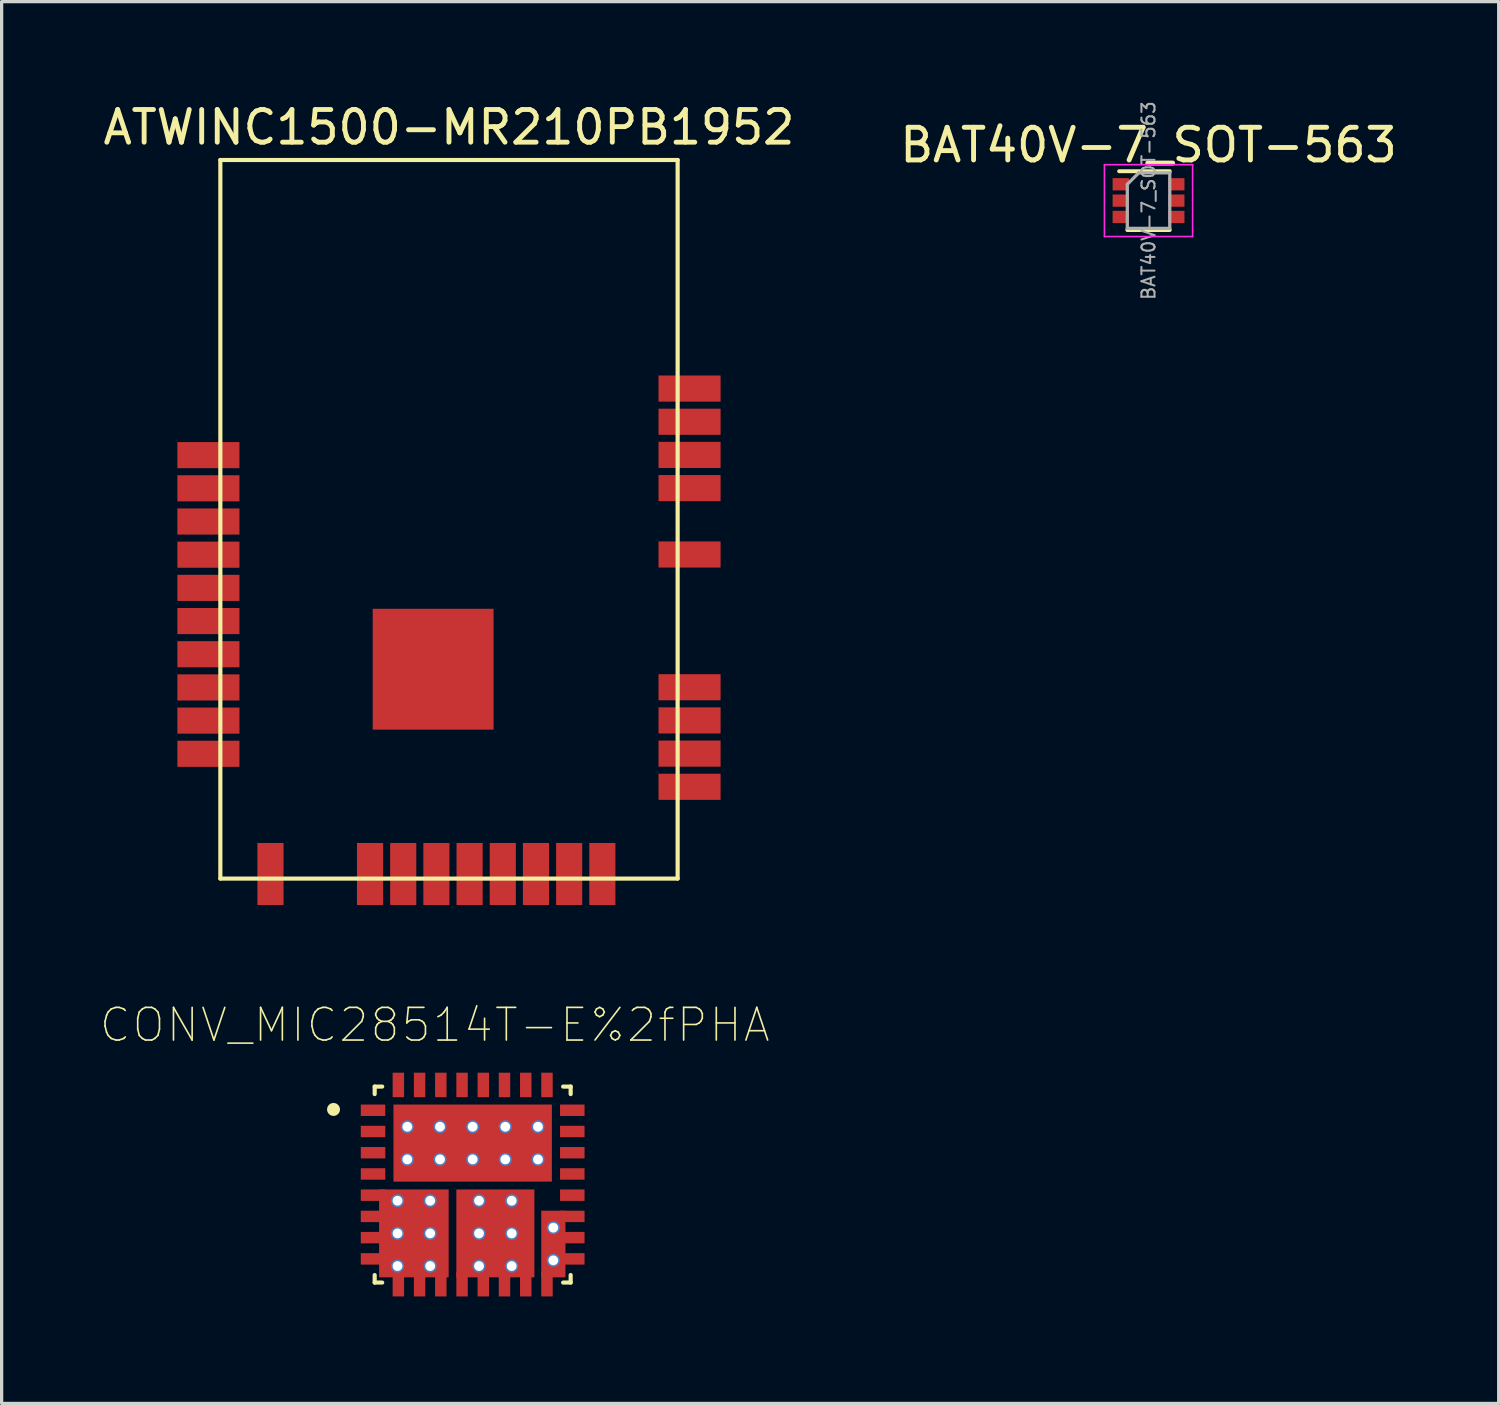
<source format=kicad_pcb>
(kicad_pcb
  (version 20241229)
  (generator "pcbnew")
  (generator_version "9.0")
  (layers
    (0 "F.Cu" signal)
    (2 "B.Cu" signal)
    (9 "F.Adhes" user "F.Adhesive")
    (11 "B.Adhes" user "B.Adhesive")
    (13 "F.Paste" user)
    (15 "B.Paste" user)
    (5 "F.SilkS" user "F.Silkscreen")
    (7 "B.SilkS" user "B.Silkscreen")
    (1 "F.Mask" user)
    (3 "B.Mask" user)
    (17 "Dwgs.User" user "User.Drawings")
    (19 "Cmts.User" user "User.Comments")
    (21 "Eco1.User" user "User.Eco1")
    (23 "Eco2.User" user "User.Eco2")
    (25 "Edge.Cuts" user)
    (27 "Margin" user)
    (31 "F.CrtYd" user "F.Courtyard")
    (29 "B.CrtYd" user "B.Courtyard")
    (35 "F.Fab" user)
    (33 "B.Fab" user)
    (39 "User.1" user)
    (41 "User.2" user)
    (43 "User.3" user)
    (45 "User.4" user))
  (footprint "ATWINC1500-MR210PB1952"
    (layer "F.Cu")
    (at 10.696 12.848)
    (property "Reference" "ATWINC1500-MR210PB1952" (at 0 -12 0) (layer "F.SilkS") (effects (font (size 1 1) (thickness 0.15))))
    (attr through_hole)
    (fp_line (start -7 -11) (end 7 -11) (stroke (width 0.127) (type solid)) (layer "F.SilkS"))
    (fp_line (start -7 11) (end -7 -11) (stroke (width 0.127) (type solid)) (layer "F.SilkS"))
    (fp_line (start 7 -11) (end 7 11) (stroke (width 0.127) (type solid)) (layer "F.SilkS"))
    (fp_line (start 7 11) (end -7 11) (stroke (width 0.127) (type solid)) (layer "F.SilkS"))
    (pad "1" smd rect (at 7.365 8.19) (size 1.9 0.8) (layers "F.Cu" "F.Mask" "F.Paste"))
    (pad "2" smd rect (at 7.365 7.174) (size 1.9 0.8) (layers "F.Cu" "F.Mask" "F.Paste"))
    (pad "3" smd rect (at 7.365 6.158) (size 1.9 0.8) (layers "F.Cu" "F.Mask" "F.Paste"))
    (pad "4" smd rect (at 7.365 5.142) (size 1.9 0.8) (layers "F.Cu" "F.Mask" "F.Paste"))
    (pad "5" smd rect (at 7.365 1.078) (size 1.9 0.8) (layers "F.Cu" "F.Mask" "F.Paste"))
    (pad "6" smd rect (at 7.365 -0.954) (size 1.9 0.8) (layers "F.Cu" "F.Mask" "F.Paste"))
    (pad "7" smd rect (at 7.365 -1.97) (size 1.9 0.8) (layers "F.Cu" "F.Mask" "F.Paste"))
    (pad "8" smd rect (at 7.365 -2.986) (size 1.9 0.8) (layers "F.Cu" "F.Mask" "F.Paste"))
    (pad "9" smd rect (at 7.365 -4.002) (size 1.9 0.8) (layers "F.Cu" "F.Mask" "F.Paste"))
    (pad "10" smd rect (at -7.365 -1.964) (size 1.9 0.8) (layers "F.Cu" "F.Mask" "F.Paste"))
    (pad "11" smd rect (at -7.365 -0.948) (size 1.9 0.8) (layers "F.Cu" "F.Mask" "F.Paste"))
    (pad "12" smd rect (at -7.365 0.068) (size 1.9 0.8) (layers "F.Cu" "F.Mask" "F.Paste"))
    (pad "13" smd rect (at -7.365 1.084) (size 1.9 0.8) (layers "F.Cu" "F.Mask" "F.Paste"))
    (pad "14" smd rect (at -7.365 2.1) (size 1.9 0.8) (layers "F.Cu" "F.Mask" "F.Paste"))
    (pad "15" smd rect (at -7.365 3.116) (size 1.9 0.8) (layers "F.Cu" "F.Mask" "F.Paste"))
    (pad "16" smd rect (at -7.365 4.132) (size 1.9 0.8) (layers "F.Cu" "F.Mask" "F.Paste"))
    (pad "17" smd rect (at -7.365 5.148) (size 1.9 0.8) (layers "F.Cu" "F.Mask" "F.Paste"))
    (pad "18" smd rect (at -7.365 6.164) (size 1.9 0.8) (layers "F.Cu" "F.Mask" "F.Paste"))
    (pad "19" smd rect (at -7.365 7.18) (size 1.9 0.8) (layers "F.Cu" "F.Mask" "F.Paste"))
    (pad "20" smd rect (at -5.465 10.86) (size 0.8 1.9) (layers "F.Cu" "F.Mask" "F.Paste"))
    (pad "21" smd rect (at -2.417 10.86) (size 0.8 1.9) (layers "F.Cu" "F.Mask" "F.Paste"))
    (pad "22" smd rect (at -1.401 10.86) (size 0.8 1.9) (layers "F.Cu" "F.Mask" "F.Paste"))
    (pad "23" smd rect (at -0.385 10.86) (size 0.8 1.9) (layers "F.Cu" "F.Mask" "F.Paste"))
    (pad "24" smd rect (at 0.631 10.86) (size 0.8 1.9) (layers "F.Cu" "F.Mask" "F.Paste"))
    (pad "25" smd rect (at 1.647 10.86) (size 0.8 1.9) (layers "F.Cu" "F.Mask" "F.Paste"))
    (pad "26" smd rect (at 2.663 10.86) (size 0.8 1.9) (layers "F.Cu" "F.Mask" "F.Paste"))
    (pad "27" smd rect (at 3.679 10.86) (size 0.8 1.9) (layers "F.Cu" "F.Mask" "F.Paste"))
    (pad "28" smd rect (at 4.695 10.86) (size 0.8 1.9) (layers "F.Cu" "F.Mask" "F.Paste"))
    (pad "29" smd rect (at -0.485 4.59) (size 3.7 3.7) (layers "F.Cu" "F.Mask" "F.Paste")))
  (footprint "BAT40V-7_SOT-563"
    (layer "F.Cu")
    (at 32.113 3.092)
    (property "Reference" "BAT40V-7_SOT-563" (at 0 -1.7 0) (layer "F.SilkS") (effects (font (size 1 1) (thickness 0.15))))
    (attr smd)
    (fp_line (start -0.9 -0.9) (end 0.65 -0.9) (stroke (width 0.12) (type solid)) (layer "F.SilkS"))
    (fp_line (start 0.65 0.9) (end -0.65 0.9) (stroke (width 0.12) (type solid)) (layer "F.SilkS"))
    (fp_line (start -1.35 -1.1) (end -1.35 1.1) (stroke (width 0.05) (type solid)) (layer "F.CrtYd"))
    (fp_line (start -1.35 -1.1) (end 1.35 -1.1) (stroke (width 0.05) (type solid)) (layer "F.CrtYd"))
    (fp_line (start 1.35 1.1) (end -1.35 1.1) (stroke (width 0.05) (type solid)) (layer "F.CrtYd"))
    (fp_line (start 1.35 1.1) (end 1.35 -1.1) (stroke (width 0.05) (type solid)) (layer "F.CrtYd"))
    (fp_line (start -0.65 -0.5) (end -0.65 0.85) (stroke (width 0.1) (type solid)) (layer "F.Fab"))
    (fp_line (start -0.65 -0.5) (end -0.3 -0.85) (stroke (width 0.1) (type solid)) (layer "F.Fab"))
    (fp_line (start -0.65 0.85) (end 0.65 0.85) (stroke (width 0.1) (type solid)) (layer "F.Fab"))
    (fp_line (start 0.65 -0.85) (end -0.3 -0.85) (stroke (width 0.1) (type solid)) (layer "F.Fab"))
    (fp_line (start 0.65 0.85) (end 0.65 -0.85) (stroke (width 0.1) (type solid)) (layer "F.Fab"))
    (fp_text user "${REFERENCE}" (at 0 0 90) (layer "F.Fab") (effects (font (size 0.4 0.4) (thickness 0.062))))
    (pad "1" smd rect (at -0.85 -0.5) (size 0.5 0.375) (layers "F.Cu" "F.Mask" "F.Paste"))
    (pad "2" smd rect (at -0.85 0) (size 0.5 0.375) (layers "F.Cu" "F.Mask" "F.Paste"))
    (pad "3" smd rect (at -0.85 0.5) (size 0.5 0.375) (layers "F.Cu" "F.Mask" "F.Paste"))
    (pad "4" smd rect (at 0.85 0.5) (size 0.5 0.375) (layers "F.Cu" "F.Mask" "F.Paste"))
    (pad "5" smd rect (at 0.85 0) (size 0.5 0.375) (layers "F.Cu" "F.Mask" "F.Paste"))
    (pad "6" smd rect (at 0.85 -0.5) (size 0.5 0.375) (layers "F.Cu" "F.Mask" "F.Paste")))
  (footprint "CONV_MIC28514T-E%2fPHA"
    (layer "F.Cu")
    (at 11.421 33.216)
    (property "Reference" "CONV_MIC28514T-E%2fPHA" (at -1.16 -4.885 0) (layer "F.SilkS") (effects (font (size 1 1) (thickness 0.05))))
    (attr smd)
    (fp_line (start -3 -3) (end -3 -2.77) (stroke (width 0.127) (type solid)) (layer "F.SilkS"))
    (fp_line (start -3 -3) (end -2.77 -3) (stroke (width 0.127) (type solid)) (layer "F.SilkS"))
    (fp_line (start -3 3) (end -3 2.77) (stroke (width 0.127) (type solid)) (layer "F.SilkS"))
    (fp_line (start -3 3) (end -2.77 3) (stroke (width 0.127) (type solid)) (layer "F.SilkS"))
    (fp_line (start 3 -3) (end 2.77 -3) (stroke (width 0.127) (type solid)) (layer "F.SilkS"))
    (fp_line (start 3 -3) (end 3 -2.77) (stroke (width 0.127) (type solid)) (layer "F.SilkS"))
    (fp_line (start 3 3) (end 2.77 3) (stroke (width 0.127) (type solid)) (layer "F.SilkS"))
    (fp_line (start 3 3) (end 3 2.77) (stroke (width 0.127) (type solid)) (layer "F.SilkS"))
    (fp_circle (center -4.26 -2.3) (end -4.16 -2.3) (stroke (width 0.2) (type solid)) (fill no) (layer "F.SilkS"))
    (fp_poly (pts (xy -2.553 0.544) (xy -1.047 0.544) (xy -1.047 2.446) (xy -2.553 2.446)) (stroke (width 0) (type solid)) (fill yes) (layer "F.Paste"))
    (fp_poly (pts (xy -1.715 -2.105) (xy 1.715 -2.105) (xy 1.715 -0.435) (xy -1.715 -0.435)) (stroke (width 0) (type solid)) (fill yes) (layer "F.Paste"))
    (fp_poly (pts (xy -0.15 0.544) (xy 1.54 0.544) (xy 1.54 2.446) (xy -0.15 2.446)) (stroke (width 0) (type solid)) (fill yes) (layer "F.Paste"))
    (fp_poly (pts (xy 2.209 1.099) (xy 2.731 1.099) (xy 2.731 2.541) (xy 2.209 2.541)) (stroke (width 0) (type solid)) (fill yes) (layer "F.Paste"))
    (fp_line (start -3.675 -3.675) (end -3.675 3.675) (stroke (width 0.05) (type solid)) (layer "Eco1.User"))
    (fp_line (start -3.675 3.675) (end 3.675 3.675) (stroke (width 0.05) (type solid)) (layer "Eco1.User"))
    (fp_line (start 3.675 -3.675) (end -3.675 -3.675) (stroke (width 0.05) (type solid)) (layer "Eco1.User"))
    (fp_line (start 3.675 3.675) (end 3.675 -3.675) (stroke (width 0.05) (type solid)) (layer "Eco1.User"))
    (fp_line (start -3 -3) (end -3 3) (stroke (width 0.127) (type solid)) (layer "Eco2.User"))
    (fp_line (start -3 3) (end 3 3) (stroke (width 0.127) (type solid)) (layer "Eco2.User"))
    (fp_line (start 3 -3) (end -3 -3) (stroke (width 0.127) (type solid)) (layer "Eco2.User"))
    (fp_line (start 3 3) (end 3 -3) (stroke (width 0.127) (type solid)) (layer "Eco2.User"))
    (fp_circle (center -4.26 -2.3) (end -4.16 -2.3) (stroke (width 0.2) (type solid)) (fill no) (layer "Eco2.User"))
    (pad "1" smd rect (at -3.05 -2.275) (size 0.75 0.35) (layers "F.Cu" "F.Mask" "F.Paste"))
    (pad "2" smd rect (at -3.05 -1.625) (size 0.75 0.35) (layers "F.Cu" "F.Mask" "F.Paste"))
    (pad "3" smd rect (at -3.05 -0.975) (size 0.75 0.35) (layers "F.Cu" "F.Mask" "F.Paste"))
    (pad "4" smd rect (at -3.05 -0.325) (size 0.75 0.35) (layers "F.Cu" "F.Mask" "F.Paste"))
    (pad "5" smd rect (at -3.05 0.325) (size 0.75 0.35) (layers "F.Cu" "F.Mask" "F.Paste"))
    (pad "6" smd rect (at -3.05 0.975) (size 0.75 0.35) (layers "F.Cu" "F.Mask" "F.Paste"))
    (pad "7" smd rect (at -3.05 1.625) (size 0.75 0.35) (layers "F.Cu" "F.Mask" "F.Paste"))
    (pad "8" smd rect (at -3.05 2.275) (size 0.75 0.35) (layers "F.Cu" "F.Mask" "F.Paste"))
    (pad "9" smd rect (at -2.275 3.05 90) (size 0.75 0.35) (layers "F.Cu" "F.Mask" "F.Paste"))
    (pad "10" smd rect (at -1.625 3.05 90) (size 0.75 0.35) (layers "F.Cu" "F.Mask" "F.Paste"))
    (pad "11" smd rect (at -0.975 3.05 90) (size 0.75 0.35) (layers "F.Cu" "F.Mask" "F.Paste"))
    (pad "12" smd rect (at -0.325 3.05 90) (size 0.75 0.35) (layers "F.Cu" "F.Mask" "F.Paste"))
    (pad "13" smd rect (at 0.325 3.05 90) (size 0.75 0.35) (layers "F.Cu" "F.Mask" "F.Paste"))
    (pad "14" smd rect (at 0.975 3.05 90) (size 0.75 0.35) (layers "F.Cu" "F.Mask" "F.Paste"))
    (pad "15" smd rect (at 1.625 3.05 90) (size 0.75 0.35) (layers "F.Cu" "F.Mask" "F.Paste"))
    (pad "16" smd rect (at 2.275 3.05 90) (size 0.75 0.35) (layers "F.Cu" "F.Mask" "F.Paste"))
    (pad "17" smd rect (at 3.05 2.275 180) (size 0.75 0.35) (layers "F.Cu" "F.Mask" "F.Paste"))
    (pad "18" smd rect (at 3.05 1.625 180) (size 0.75 0.35) (layers "F.Cu" "F.Mask" "F.Paste"))
    (pad "19" smd rect (at 3.05 0.975 180) (size 0.75 0.35) (layers "F.Cu" "F.Mask" "F.Paste"))
    (pad "20" smd rect (at 3.05 0.325 180) (size 0.75 0.35) (layers "F.Cu" "F.Mask" "F.Paste"))
    (pad "21" smd rect (at 3.05 -0.325 180) (size 0.75 0.35) (layers "F.Cu" "F.Mask" "F.Paste"))
    (pad "22" smd rect (at 3.05 -0.975 180) (size 0.75 0.35) (layers "F.Cu" "F.Mask" "F.Paste"))
    (pad "23" smd rect (at 3.05 -1.625 180) (size 0.75 0.35) (layers "F.Cu" "F.Mask" "F.Paste"))
    (pad "24" smd rect (at 3.05 -2.275 180) (size 0.75 0.35) (layers "F.Cu" "F.Mask" "F.Paste"))
    (pad "25" smd rect (at 2.275 -3.05 270) (size 0.75 0.35) (layers "F.Cu" "F.Mask" "F.Paste"))
    (pad "26" smd rect (at 1.625 -3.05 270) (size 0.75 0.35) (layers "F.Cu" "F.Mask" "F.Paste"))
    (pad "27" smd rect (at 0.975 -3.05 270) (size 0.75 0.35) (layers "F.Cu" "F.Mask" "F.Paste"))
    (pad "28" smd rect (at 0.325 -3.05 270) (size 0.75 0.35) (layers "F.Cu" "F.Mask" "F.Paste"))
    (pad "29" smd rect (at -0.325 -3.05 270) (size 0.75 0.35) (layers "F.Cu" "F.Mask" "F.Paste"))
    (pad "30" smd rect (at -0.975 -3.05 270) (size 0.75 0.35) (layers "F.Cu" "F.Mask" "F.Paste"))
    (pad "31" smd rect (at -1.625 -3.05 270) (size 0.75 0.35) (layers "F.Cu" "F.Mask" "F.Paste"))
    (pad "32" smd rect (at -2.275 -3.05 270) (size 0.75 0.35) (layers "F.Cu" "F.Mask" "F.Paste"))
    (pad "33" smd rect (at 0 -1.27) (size 4.85 2.36) (layers "F.Cu" "F.Mask" "F.Paste"))
    (pad "33_1" thru_hole circle (at -2 -0.77) (size 0.4 0.4) (drill 0.3) (layers "*.Cu" "*.Mask"))
    (pad "33_2" thru_hole circle (at -2 -1.77) (size 0.4 0.4) (drill 0.3) (layers "*.Cu" "*.Mask"))
    (pad "33_3" thru_hole circle (at -1 -1.77) (size 0.4 0.4) (drill 0.3) (layers "*.Cu" "*.Mask"))
    (pad "33_4" thru_hole circle (at 0 -1.77) (size 0.4 0.4) (drill 0.3) (layers "*.Cu" "*.Mask"))
    (pad "33_5" thru_hole circle (at 1 -1.77) (size 0.4 0.4) (drill 0.3) (layers "*.Cu" "*.Mask"))
    (pad "33_6" thru_hole circle (at 2 -1.77) (size 0.4 0.4) (drill 0.3) (layers "*.Cu" "*.Mask"))
    (pad "33_7" thru_hole circle (at 2 -0.77) (size 0.4 0.4) (drill 0.3) (layers "*.Cu" "*.Mask"))
    (pad "33_8" thru_hole circle (at 1 -0.77) (size 0.4 0.4) (drill 0.3) (layers "*.Cu" "*.Mask"))
    (pad "33_9" thru_hole circle (at 0 -0.77) (size 0.4 0.4) (drill 0.3) (layers "*.Cu" "*.Mask"))
    (pad "33_10" thru_hole circle (at -1 -0.77) (size 0.4 0.4) (drill 0.3) (layers "*.Cu" "*.Mask"))
    (pad "34" smd rect (at -1.8 1.495) (size 2.13 2.69) (layers "F.Cu" "F.Mask" "F.Paste"))
    (pad "34_1" thru_hole circle (at -2.3 0.495) (size 0.4 0.4) (drill 0.3) (layers "*.Cu" "*.Mask"))
    (pad "34_2" thru_hole circle (at -2.3 1.495) (size 0.4 0.4) (drill 0.3) (layers "*.Cu" "*.Mask"))
    (pad "34_3" thru_hole circle (at -2.3 2.495) (size 0.4 0.4) (drill 0.3) (layers "*.Cu" "*.Mask"))
    (pad "34_4" thru_hole circle (at -1.3 0.495) (size 0.4 0.4) (drill 0.3) (layers "*.Cu" "*.Mask"))
    (pad "34_5" thru_hole circle (at -1.3 1.495) (size 0.4 0.4) (drill 0.3) (layers "*.Cu" "*.Mask"))
    (pad "34_6" thru_hole circle (at -1.3 2.495) (size 0.4 0.4) (drill 0.3) (layers "*.Cu" "*.Mask"))
    (pad "35" smd rect (at 0.695 1.495) (size 2.39 2.69) (layers "F.Cu" "F.Mask" "F.Paste"))
    (pad "35_1" thru_hole circle (at 0.195 0.495) (size 0.4 0.4) (drill 0.3) (layers "*.Cu" "*.Mask"))
    (pad "35_2" thru_hole circle (at 0.195 1.496) (size 0.4 0.4) (drill 0.3) (layers "*.Cu" "*.Mask"))
    (pad "35_3" thru_hole circle (at 0.195 2.495) (size 0.4 0.4) (drill 0.3) (layers "*.Cu" "*.Mask"))
    (pad "35_4" thru_hole circle (at 1.195 0.495) (size 0.4 0.4) (drill 0.3) (layers "*.Cu" "*.Mask"))
    (pad "35_5" thru_hole circle (at 1.195 1.496) (size 0.4 0.4) (drill 0.3) (layers "*.Cu" "*.Mask"))
    (pad "35_6" thru_hole circle (at 1.195 2.495) (size 0.4 0.4) (drill 0.3) (layers "*.Cu" "*.Mask"))
    (pad "36" smd rect (at 2.47 1.82) (size 0.74 2.04) (layers "F.Cu" "F.Mask" "F.Paste"))
    (pad "36_1" thru_hole circle (at 2.47 1.32) (size 0.4 0.4) (drill 0.3) (layers "*.Cu" "*.Mask"))
    (pad "36_2" thru_hole circle (at 2.47 2.32) (size 0.4 0.4) (drill 0.3) (layers "*.Cu" "*.Mask")))
  (gr_rect
    (start -3 -3)
    (end 42.833 39.916)
    (stroke (width 0.1) (type default))
    (fill no)
    (layer "Edge.Cuts")))
</source>
